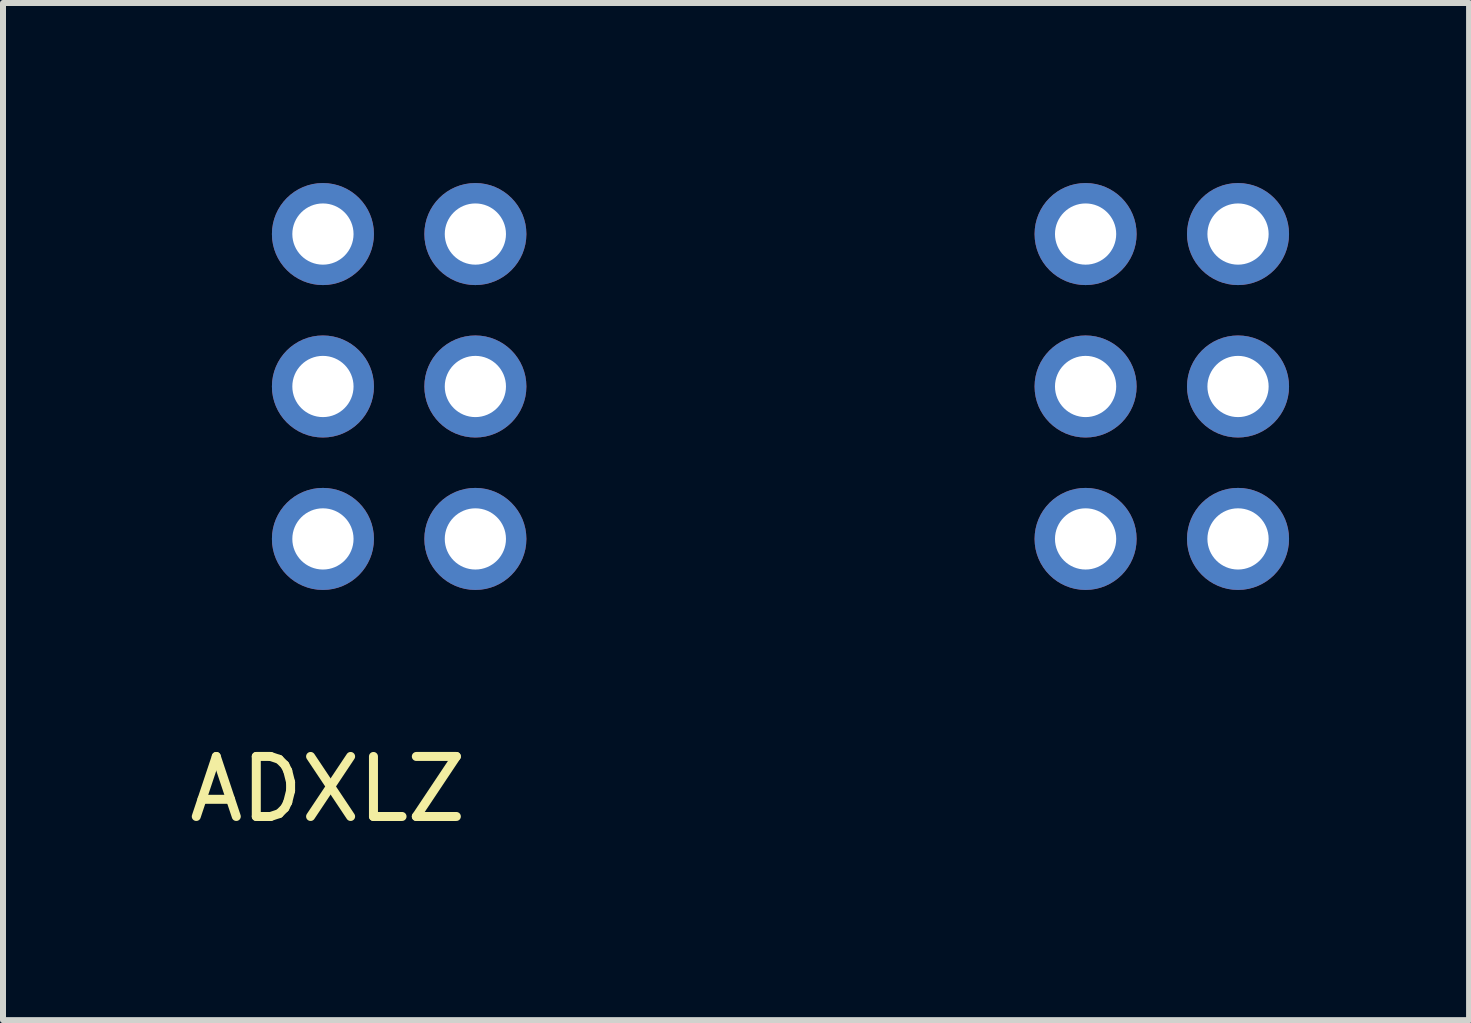
<source format=kicad_pcb>
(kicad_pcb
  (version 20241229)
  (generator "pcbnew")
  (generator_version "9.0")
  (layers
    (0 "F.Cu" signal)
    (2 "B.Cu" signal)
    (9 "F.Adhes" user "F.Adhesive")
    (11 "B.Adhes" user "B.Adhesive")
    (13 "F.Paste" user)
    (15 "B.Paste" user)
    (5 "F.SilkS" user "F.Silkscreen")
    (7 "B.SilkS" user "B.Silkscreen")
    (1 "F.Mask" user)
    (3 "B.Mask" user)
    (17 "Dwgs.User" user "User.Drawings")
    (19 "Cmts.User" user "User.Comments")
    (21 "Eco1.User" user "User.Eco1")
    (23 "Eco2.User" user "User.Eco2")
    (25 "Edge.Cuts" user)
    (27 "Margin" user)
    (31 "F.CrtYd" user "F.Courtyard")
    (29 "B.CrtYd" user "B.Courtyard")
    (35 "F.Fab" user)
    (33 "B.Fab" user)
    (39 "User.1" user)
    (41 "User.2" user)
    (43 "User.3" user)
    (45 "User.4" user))
  (footprint "ADXLZ"
    (layer "F.Cu")
    (at 2.331 5.93)
    (property "Reference" "ADXLZ" (at 0.08 4.17 0) (layer "F.SilkS") (effects (font (size 1 1) (thickness 0.15))))
    (attr through_hole)
    (pad "1" thru_hole circle (at 15.248 -5.08) (size 1.7 1.7) (drill 1.02) (layers "*.Cu" "*.Mask"))
    (pad "2" thru_hole circle (at 15.248 -2.54) (size 1.7 1.7) (drill 1.02) (layers "*.Cu" "*.Mask"))
    (pad "3" thru_hole circle (at 15.248 0) (size 1.7 1.7) (drill 1.02) (layers "*.Cu" "*.Mask"))
    (pad "4" thru_hole circle (at 12.708 0) (size 1.7 1.7) (drill 1.02) (layers "*.Cu" "*.Mask"))
    (pad "5" thru_hole circle (at 0 -5.08) (size 1.7 1.7) (drill 1.02) (layers "*.Cu" "*.Mask"))
    (pad "6" thru_hole circle (at 0 0) (size 1.7 1.7) (drill 1.02) (layers "*.Cu" "*.Mask"))
    (pad "8" thru_hole circle (at 12.708 -2.54) (size 1.7 1.7) (drill 1.02) (layers "*.Cu" "*.Mask"))
    (pad "10" thru_hole circle (at 12.708 -5.08) (size 1.7 1.7) (drill 1.02) (layers "*.Cu" "*.Mask"))
    (pad "11" thru_hole circle (at 0 -2.54) (size 1.7 1.7) (drill 1.02) (layers "*.Cu" "*.Mask"))
    (pad "12" thru_hole circle (at 2.54 -5.08) (size 1.7 1.7) (drill 1.02) (layers "*.Cu" "*.Mask"))
    (pad "13" thru_hole circle (at 2.54 -2.54) (size 1.7 1.7) (drill 1.02) (layers "*.Cu" "*.Mask"))
    (pad "14" thru_hole circle (at 2.54 0) (size 1.7 1.7) (drill 1.02) (layers "*.Cu" "*.Mask")))
  (gr_rect
    (start -3 -3)
    (end 21.429 13.948)
    (stroke (width 0.1) (type default))
    (fill no)
    (layer "Edge.Cuts")))
</source>
